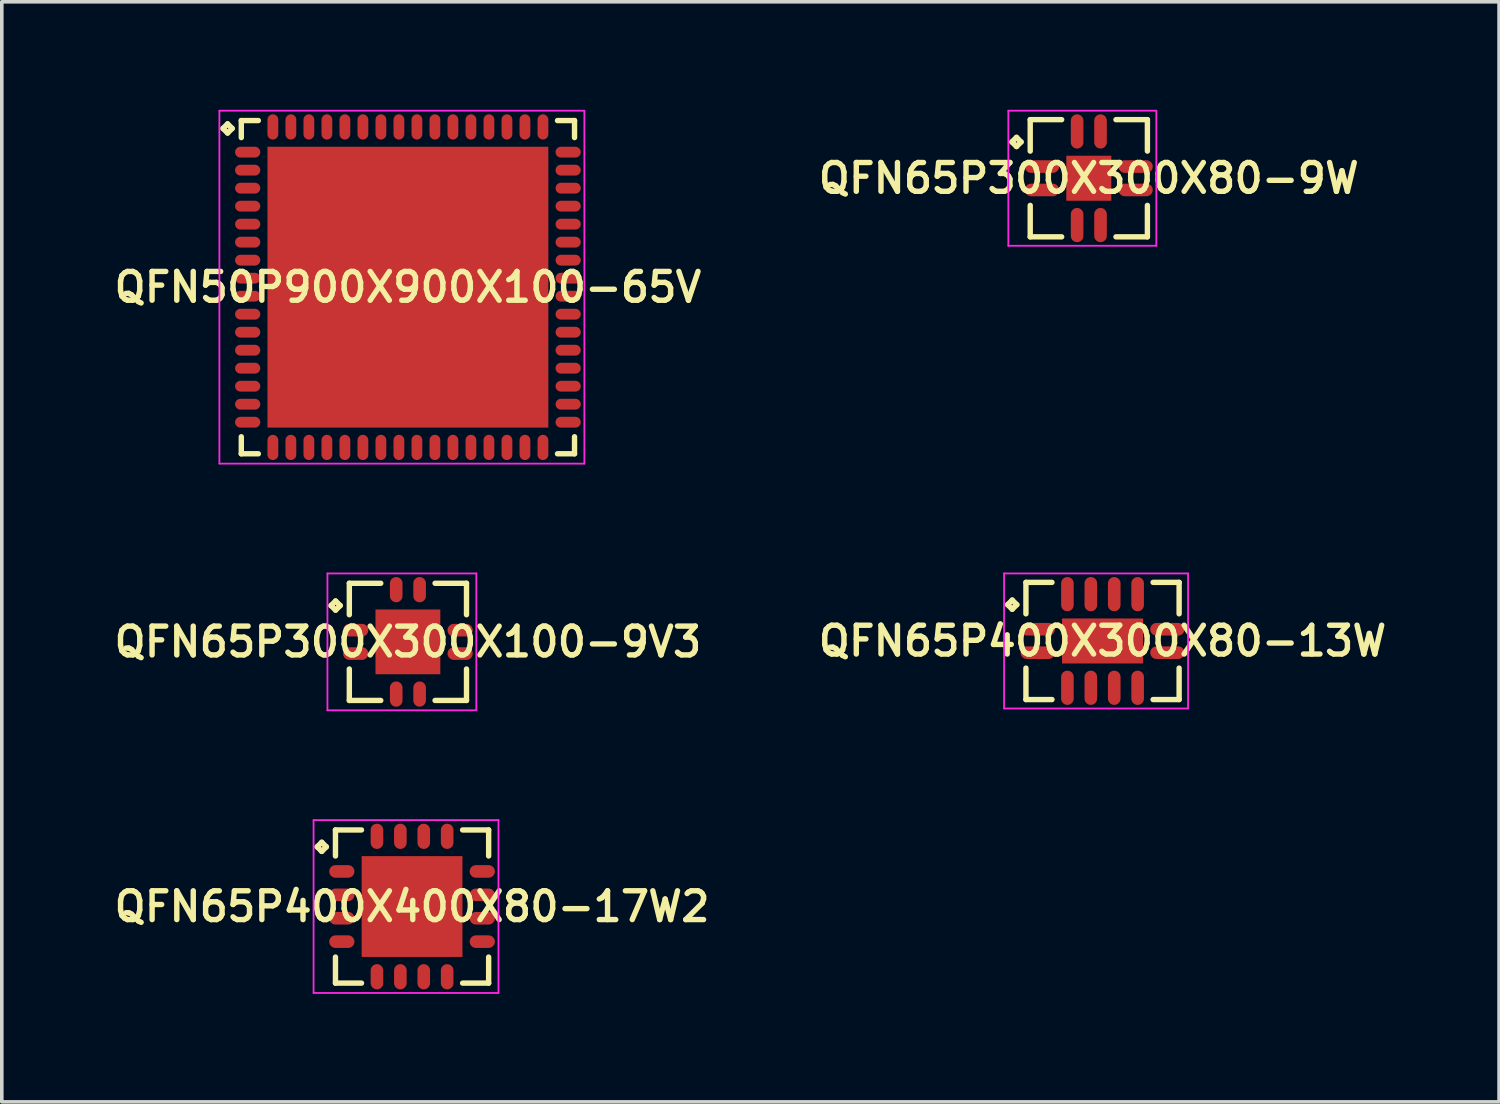
<source format=kicad_pcb>
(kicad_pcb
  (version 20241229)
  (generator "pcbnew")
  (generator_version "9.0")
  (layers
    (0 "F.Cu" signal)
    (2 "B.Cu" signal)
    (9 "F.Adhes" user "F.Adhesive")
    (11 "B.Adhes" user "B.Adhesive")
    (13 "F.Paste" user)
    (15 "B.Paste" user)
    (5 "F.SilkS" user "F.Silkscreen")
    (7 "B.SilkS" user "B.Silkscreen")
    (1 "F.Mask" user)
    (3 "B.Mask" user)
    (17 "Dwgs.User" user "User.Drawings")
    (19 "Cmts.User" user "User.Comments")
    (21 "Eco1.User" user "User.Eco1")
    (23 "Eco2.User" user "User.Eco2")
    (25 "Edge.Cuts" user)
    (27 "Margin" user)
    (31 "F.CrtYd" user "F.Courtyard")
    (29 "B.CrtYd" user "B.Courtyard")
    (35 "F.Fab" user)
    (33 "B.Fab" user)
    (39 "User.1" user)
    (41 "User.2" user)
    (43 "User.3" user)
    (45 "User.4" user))
  (footprint "QFN65P400X400X80-17W2"
    (layer "F.Cu")
    (at 8.393 22.125)
    (property "Reference" "QFN65P400X400X80-17W2" (at 0 0 0) (layer "F.SilkS") (effects (font (size 0.8 0.8) (thickness 0.15))))
    (attr smd)
    (fp_line (start -2.635 -1.658) (end -2.508 -1.785) (stroke (width 0.15) (type solid)) (layer "F.SilkS"))
    (fp_line (start -2.508 -1.785) (end -2.381 -1.658) (stroke (width 0.15) (type solid)) (layer "F.SilkS"))
    (fp_line (start -2.508 -1.531) (end -2.635 -1.658) (stroke (width 0.15) (type solid)) (layer "F.SilkS"))
    (fp_line (start -2.381 -1.658) (end -2.508 -1.531) (stroke (width 0.15) (type solid)) (layer "F.SilkS"))
    (fp_line (start -2.127 -2.127) (end -1.404 -2.127) (stroke (width 0.15) (type solid)) (layer "F.SilkS"))
    (fp_line (start -2.127 -1.404) (end -2.127 -2.127) (stroke (width 0.15) (type solid)) (layer "F.SilkS"))
    (fp_line (start -2.127 1.404) (end -2.127 2.127) (stroke (width 0.15) (type solid)) (layer "F.SilkS"))
    (fp_line (start -2.127 2.127) (end -1.404 2.127) (stroke (width 0.15) (type solid)) (layer "F.SilkS"))
    (fp_line (start 1.404 -2.127) (end 2.127 -2.127) (stroke (width 0.15) (type solid)) (layer "F.SilkS"))
    (fp_line (start 1.404 2.127) (end 2.127 2.127) (stroke (width 0.15) (type solid)) (layer "F.SilkS"))
    (fp_line (start 2.127 -2.127) (end 2.127 -1.404) (stroke (width 0.15) (type solid)) (layer "F.SilkS"))
    (fp_line (start 2.127 2.127) (end 2.127 1.404) (stroke (width 0.15) (type solid)) (layer "F.SilkS"))
    (fp_line (start -2.735 -2.4) (end 2.4 -2.4) (stroke (width 0.05) (type solid)) (layer "F.CrtYd"))
    (fp_line (start -2.735 2.4) (end -2.735 -2.4) (stroke (width 0.05) (type solid)) (layer "F.CrtYd"))
    (fp_line (start 2.4 -2.4) (end 2.4 2.4) (stroke (width 0.05) (type solid)) (layer "F.CrtYd"))
    (fp_line (start 2.4 2.4) (end -2.735 2.4) (stroke (width 0.05) (type solid)) (layer "F.CrtYd"))
    (pad "1" smd oval (at -1.95 -0.975) (size 0.7 0.35) (layers "F.Cu" "F.Mask" "F.Paste"))
    (pad "2" smd oval (at -1.95 -0.325) (size 0.7 0.35) (layers "F.Cu" "F.Mask" "F.Paste"))
    (pad "3" smd oval (at -1.95 0.325) (size 0.7 0.35) (layers "F.Cu" "F.Mask" "F.Paste"))
    (pad "4" smd oval (at -1.95 0.975) (size 0.7 0.35) (layers "F.Cu" "F.Mask" "F.Paste"))
    (pad "5" smd oval (at -0.975 1.95) (size 0.35 0.7) (layers "F.Cu" "F.Mask" "F.Paste"))
    (pad "6" smd oval (at -0.325 1.95) (size 0.35 0.7) (layers "F.Cu" "F.Mask" "F.Paste"))
    (pad "7" smd oval (at 0.325 1.95) (size 0.35 0.7) (layers "F.Cu" "F.Mask" "F.Paste"))
    (pad "8" smd oval (at 0.975 1.95) (size 0.35 0.7) (layers "F.Cu" "F.Mask" "F.Paste"))
    (pad "9" smd oval (at 1.95 0.975) (size 0.7 0.35) (layers "F.Cu" "F.Mask" "F.Paste"))
    (pad "10" smd oval (at 1.95 0.325) (size 0.7 0.35) (layers "F.Cu" "F.Mask" "F.Paste"))
    (pad "11" smd oval (at 1.95 -0.325) (size 0.7 0.35) (layers "F.Cu" "F.Mask" "F.Paste"))
    (pad "12" smd oval (at 1.95 -0.975) (size 0.7 0.35) (layers "F.Cu" "F.Mask" "F.Paste"))
    (pad "13" smd oval (at 0.975 -1.95) (size 0.35 0.7) (layers "F.Cu" "F.Mask" "F.Paste"))
    (pad "14" smd oval (at 0.325 -1.95) (size 0.35 0.7) (layers "F.Cu" "F.Mask" "F.Paste"))
    (pad "15" smd oval (at -0.325 -1.95) (size 0.35 0.7) (layers "F.Cu" "F.Mask" "F.Paste"))
    (pad "16" smd oval (at -0.975 -1.95) (size 0.35 0.7) (layers "F.Cu" "F.Mask" "F.Paste"))
    (pad "17" smd rect (at 0 0) (size 2.8 2.8) (layers "F.Cu" "F.Mask" "F.Paste")))
  (footprint "QFN65P300X300X100-9V3"
    (layer "F.Cu")
    (at 8.278 14.775)
    (property "Reference" "QFN65P300X300X100-9V3" (at 0 0 0) (layer "F.SilkS") (effects (font (size 0.8 0.8) (thickness 0.15))))
    (attr smd)
    (fp_line (start -2.135 -1.008) (end -2.008 -1.135) (stroke (width 0.15) (type solid)) (layer "F.SilkS"))
    (fp_line (start -2.008 -1.135) (end -1.881 -1.008) (stroke (width 0.15) (type solid)) (layer "F.SilkS"))
    (fp_line (start -2.008 -0.881) (end -2.135 -1.008) (stroke (width 0.15) (type solid)) (layer "F.SilkS"))
    (fp_line (start -1.881 -1.008) (end -2.008 -0.881) (stroke (width 0.15) (type solid)) (layer "F.SilkS"))
    (fp_line (start -1.627 -1.627) (end -0.754 -1.627) (stroke (width 0.15) (type solid)) (layer "F.SilkS"))
    (fp_line (start -1.627 -0.754) (end -1.627 -1.627) (stroke (width 0.15) (type solid)) (layer "F.SilkS"))
    (fp_line (start -1.627 0.754) (end -1.627 1.627) (stroke (width 0.15) (type solid)) (layer "F.SilkS"))
    (fp_line (start -1.627 1.627) (end -0.754 1.627) (stroke (width 0.15) (type solid)) (layer "F.SilkS"))
    (fp_line (start 0.754 -1.627) (end 1.627 -1.627) (stroke (width 0.15) (type solid)) (layer "F.SilkS"))
    (fp_line (start 0.754 1.627) (end 1.627 1.627) (stroke (width 0.15) (type solid)) (layer "F.SilkS"))
    (fp_line (start 1.627 -1.627) (end 1.627 -0.754) (stroke (width 0.15) (type solid)) (layer "F.SilkS"))
    (fp_line (start 1.627 1.627) (end 1.627 0.754) (stroke (width 0.15) (type solid)) (layer "F.SilkS"))
    (fp_line (start -2.235 -1.9) (end 1.9 -1.9) (stroke (width 0.05) (type solid)) (layer "F.CrtYd"))
    (fp_line (start -2.235 1.9) (end -2.235 -1.9) (stroke (width 0.05) (type solid)) (layer "F.CrtYd"))
    (fp_line (start 1.9 -1.9) (end 1.9 1.9) (stroke (width 0.05) (type solid)) (layer "F.CrtYd"))
    (fp_line (start 1.9 1.9) (end -2.235 1.9) (stroke (width 0.05) (type solid)) (layer "F.CrtYd"))
    (pad "1" smd oval (at -1.45 -0.325) (size 0.7 0.35) (layers "F.Cu" "F.Mask" "F.Paste"))
    (pad "2" smd oval (at -1.45 0.325) (size 0.7 0.35) (layers "F.Cu" "F.Mask" "F.Paste"))
    (pad "3" smd oval (at -0.325 1.45) (size 0.35 0.7) (layers "F.Cu" "F.Mask" "F.Paste"))
    (pad "4" smd oval (at 0.325 1.45) (size 0.35 0.7) (layers "F.Cu" "F.Mask" "F.Paste"))
    (pad "5" smd oval (at 1.45 0.325) (size 0.7 0.35) (layers "F.Cu" "F.Mask" "F.Paste"))
    (pad "6" smd oval (at 1.45 -0.325) (size 0.7 0.35) (layers "F.Cu" "F.Mask" "F.Paste"))
    (pad "7" smd oval (at 0.325 -1.45) (size 0.35 0.7) (layers "F.Cu" "F.Mask" "F.Paste"))
    (pad "8" smd oval (at -0.325 -1.45) (size 0.35 0.7) (layers "F.Cu" "F.Mask" "F.Paste"))
    (pad "9" smd rect (at 0 0) (size 1.8 1.8) (layers "F.Cu" "F.Mask" "F.Paste")))
  (footprint "QFN65P400X300X80-13W"
    (layer "F.Cu")
    (at 27.568 14.75)
    (property "Reference" "QFN65P400X300X80-13W" (at 0 0 0) (layer "F.SilkS") (effects (font (size 0.8 0.8) (thickness 0.15))))
    (attr smd)
    (fp_line (start -2.635 -1.008) (end -2.508 -1.135) (stroke (width 0.15) (type solid)) (layer "F.SilkS"))
    (fp_line (start -2.508 -1.135) (end -2.381 -1.008) (stroke (width 0.15) (type solid)) (layer "F.SilkS"))
    (fp_line (start -2.508 -0.881) (end -2.635 -1.008) (stroke (width 0.15) (type solid)) (layer "F.SilkS"))
    (fp_line (start -2.381 -1.008) (end -2.508 -0.881) (stroke (width 0.15) (type solid)) (layer "F.SilkS"))
    (fp_line (start -2.127 -1.627) (end -1.404 -1.627) (stroke (width 0.15) (type solid)) (layer "F.SilkS"))
    (fp_line (start -2.127 -0.754) (end -2.127 -1.627) (stroke (width 0.15) (type solid)) (layer "F.SilkS"))
    (fp_line (start -2.127 0.754) (end -2.127 1.627) (stroke (width 0.15) (type solid)) (layer "F.SilkS"))
    (fp_line (start -2.127 1.627) (end -1.404 1.627) (stroke (width 0.15) (type solid)) (layer "F.SilkS"))
    (fp_line (start 1.404 -1.627) (end 2.127 -1.627) (stroke (width 0.15) (type solid)) (layer "F.SilkS"))
    (fp_line (start 1.404 1.627) (end 2.127 1.627) (stroke (width 0.15) (type solid)) (layer "F.SilkS"))
    (fp_line (start 2.127 -1.627) (end 2.127 -0.754) (stroke (width 0.15) (type solid)) (layer "F.SilkS"))
    (fp_line (start 2.127 1.627) (end 2.127 0.754) (stroke (width 0.15) (type solid)) (layer "F.SilkS"))
    (fp_line (start -2.735 -1.875) (end 2.375 -1.875) (stroke (width 0.05) (type solid)) (layer "F.CrtYd"))
    (fp_line (start -2.735 1.875) (end -2.735 -1.875) (stroke (width 0.05) (type solid)) (layer "F.CrtYd"))
    (fp_line (start 2.375 -1.875) (end 2.375 1.875) (stroke (width 0.05) (type solid)) (layer "F.CrtYd"))
    (fp_line (start 2.375 1.875) (end -2.735 1.875) (stroke (width 0.05) (type solid)) (layer "F.CrtYd"))
    (pad "1" smd oval (at -1.8 -0.325) (size 0.95 0.35) (layers "F.Cu" "F.Mask" "F.Paste"))
    (pad "2" smd oval (at -1.8 0.325) (size 0.95 0.35) (layers "F.Cu" "F.Mask" "F.Paste"))
    (pad "3" smd oval (at -0.975 1.3) (size 0.35 0.95) (layers "F.Cu" "F.Mask" "F.Paste"))
    (pad "4" smd oval (at -0.325 1.3) (size 0.35 0.95) (layers "F.Cu" "F.Mask" "F.Paste"))
    (pad "5" smd oval (at 0.325 1.3) (size 0.35 0.95) (layers "F.Cu" "F.Mask" "F.Paste"))
    (pad "6" smd oval (at 0.975 1.3) (size 0.35 0.95) (layers "F.Cu" "F.Mask" "F.Paste"))
    (pad "7" smd oval (at 1.8 0.325) (size 0.95 0.35) (layers "F.Cu" "F.Mask" "F.Paste"))
    (pad "8" smd oval (at 1.8 -0.325) (size 0.95 0.35) (layers "F.Cu" "F.Mask" "F.Paste"))
    (pad "9" smd oval (at 0.975 -1.3) (size 0.35 0.95) (layers "F.Cu" "F.Mask" "F.Paste"))
    (pad "10" smd oval (at 0.325 -1.3) (size 0.35 0.95) (layers "F.Cu" "F.Mask" "F.Paste"))
    (pad "11" smd oval (at -0.325 -1.3) (size 0.35 0.95) (layers "F.Cu" "F.Mask" "F.Paste"))
    (pad "12" smd oval (at -0.975 -1.3) (size 0.35 0.95) (layers "F.Cu" "F.Mask" "F.Paste"))
    (pad "13" smd rect (at 0 0) (size 2.25 1.25) (layers "F.Cu" "F.Mask" "F.Paste")))
  (footprint "QFN65P300X300X80-9W"
    (layer "F.Cu")
    (at 27.187 1.9)
    (property "Reference" "QFN65P300X300X80-9W" (at 0 0 0) (layer "F.SilkS") (effects (font (size 0.8 0.8) (thickness 0.15))))
    (attr smd)
    (fp_line (start -2.135 -1.008) (end -2.008 -1.135) (stroke (width 0.15) (type solid)) (layer "F.SilkS"))
    (fp_line (start -2.008 -1.135) (end -1.881 -1.008) (stroke (width 0.15) (type solid)) (layer "F.SilkS"))
    (fp_line (start -2.008 -0.881) (end -2.135 -1.008) (stroke (width 0.15) (type solid)) (layer "F.SilkS"))
    (fp_line (start -1.881 -1.008) (end -2.008 -0.881) (stroke (width 0.15) (type solid)) (layer "F.SilkS"))
    (fp_line (start -1.627 -1.627) (end -0.754 -1.627) (stroke (width 0.15) (type solid)) (layer "F.SilkS"))
    (fp_line (start -1.627 -0.754) (end -1.627 -1.627) (stroke (width 0.15) (type solid)) (layer "F.SilkS"))
    (fp_line (start -1.627 0.754) (end -1.627 1.627) (stroke (width 0.15) (type solid)) (layer "F.SilkS"))
    (fp_line (start -1.627 1.627) (end -0.754 1.627) (stroke (width 0.15) (type solid)) (layer "F.SilkS"))
    (fp_line (start 0.754 -1.627) (end 1.627 -1.627) (stroke (width 0.15) (type solid)) (layer "F.SilkS"))
    (fp_line (start 0.754 1.627) (end 1.627 1.627) (stroke (width 0.15) (type solid)) (layer "F.SilkS"))
    (fp_line (start 1.627 -1.627) (end 1.627 -0.754) (stroke (width 0.15) (type solid)) (layer "F.SilkS"))
    (fp_line (start 1.627 1.627) (end 1.627 0.754) (stroke (width 0.15) (type solid)) (layer "F.SilkS"))
    (fp_line (start -2.235 -1.875) (end 1.875 -1.875) (stroke (width 0.05) (type solid)) (layer "F.CrtYd"))
    (fp_line (start -2.235 1.875) (end -2.235 -1.875) (stroke (width 0.05) (type solid)) (layer "F.CrtYd"))
    (fp_line (start 1.875 -1.875) (end 1.875 1.875) (stroke (width 0.05) (type solid)) (layer "F.CrtYd"))
    (fp_line (start 1.875 1.875) (end -2.235 1.875) (stroke (width 0.05) (type solid)) (layer "F.CrtYd"))
    (pad "1" smd oval (at -1.3 -0.325) (size 0.95 0.35) (layers "F.Cu" "F.Mask" "F.Paste"))
    (pad "2" smd oval (at -1.3 0.325) (size 0.95 0.35) (layers "F.Cu" "F.Mask" "F.Paste"))
    (pad "3" smd oval (at -0.325 1.3) (size 0.35 0.95) (layers "F.Cu" "F.Mask" "F.Paste"))
    (pad "4" smd oval (at 0.325 1.3) (size 0.35 0.95) (layers "F.Cu" "F.Mask" "F.Paste"))
    (pad "5" smd oval (at 1.3 0.325) (size 0.95 0.35) (layers "F.Cu" "F.Mask" "F.Paste"))
    (pad "6" smd oval (at 1.3 -0.325) (size 0.95 0.35) (layers "F.Cu" "F.Mask" "F.Paste"))
    (pad "7" smd oval (at 0.325 -1.3) (size 0.35 0.95) (layers "F.Cu" "F.Mask" "F.Paste"))
    (pad "8" smd oval (at -0.325 -1.3) (size 0.35 0.95) (layers "F.Cu" "F.Mask" "F.Paste"))
    (pad "9" smd rect (at 0 0) (size 1.25 1.25) (layers "F.Cu" "F.Mask" "F.Paste")))
  (footprint "QFN50P900X900X100-65V"
    (layer "F.Cu")
    (at 8.278 4.925)
    (property "Reference" "QFN50P900X900X100-65V" (at 0 0 0) (layer "F.SilkS") (effects (font (size 0.8 0.8) (thickness 0.15))))
    (attr smd)
    (fp_line (start -5.135 -4.408) (end -5.008 -4.535) (stroke (width 0.15) (type solid)) (layer "F.SilkS"))
    (fp_line (start -5.008 -4.535) (end -4.881 -4.408) (stroke (width 0.15) (type solid)) (layer "F.SilkS"))
    (fp_line (start -5.008 -4.281) (end -5.135 -4.408) (stroke (width 0.15) (type solid)) (layer "F.SilkS"))
    (fp_line (start -4.881 -4.408) (end -5.008 -4.281) (stroke (width 0.15) (type solid)) (layer "F.SilkS"))
    (fp_line (start -4.627 -4.627) (end -4.154 -4.627) (stroke (width 0.15) (type solid)) (layer "F.SilkS"))
    (fp_line (start -4.627 -4.154) (end -4.627 -4.627) (stroke (width 0.15) (type solid)) (layer "F.SilkS"))
    (fp_line (start -4.627 4.154) (end -4.627 4.627) (stroke (width 0.15) (type solid)) (layer "F.SilkS"))
    (fp_line (start -4.627 4.627) (end -4.154 4.627) (stroke (width 0.15) (type solid)) (layer "F.SilkS"))
    (fp_line (start 4.154 -4.627) (end 4.627 -4.627) (stroke (width 0.15) (type solid)) (layer "F.SilkS"))
    (fp_line (start 4.154 4.627) (end 4.627 4.627) (stroke (width 0.15) (type solid)) (layer "F.SilkS"))
    (fp_line (start 4.627 -4.627) (end 4.627 -4.154) (stroke (width 0.15) (type solid)) (layer "F.SilkS"))
    (fp_line (start 4.627 4.627) (end 4.627 4.154) (stroke (width 0.15) (type solid)) (layer "F.SilkS"))
    (fp_line (start -5.235 -4.9) (end 4.9 -4.9) (stroke (width 0.05) (type solid)) (layer "F.CrtYd"))
    (fp_line (start -5.235 4.9) (end -5.235 -4.9) (stroke (width 0.05) (type solid)) (layer "F.CrtYd"))
    (fp_line (start 4.9 -4.9) (end 4.9 4.9) (stroke (width 0.05) (type solid)) (layer "F.CrtYd"))
    (fp_line (start 4.9 4.9) (end -5.235 4.9) (stroke (width 0.05) (type solid)) (layer "F.CrtYd"))
    (pad "1" smd oval (at -4.45 -3.75) (size 0.7 0.3) (layers "F.Cu" "F.Mask" "F.Paste"))
    (pad "2" smd oval (at -4.45 -3.25) (size 0.7 0.3) (layers "F.Cu" "F.Mask" "F.Paste"))
    (pad "3" smd oval (at -4.45 -2.75) (size 0.7 0.3) (layers "F.Cu" "F.Mask" "F.Paste"))
    (pad "4" smd oval (at -4.45 -2.25) (size 0.7 0.3) (layers "F.Cu" "F.Mask" "F.Paste"))
    (pad "5" smd oval (at -4.45 -1.75) (size 0.7 0.3) (layers "F.Cu" "F.Mask" "F.Paste"))
    (pad "6" smd oval (at -4.45 -1.25) (size 0.7 0.3) (layers "F.Cu" "F.Mask" "F.Paste"))
    (pad "7" smd oval (at -4.45 -0.75) (size 0.7 0.3) (layers "F.Cu" "F.Mask" "F.Paste"))
    (pad "8" smd oval (at -4.45 -0.25) (size 0.7 0.3) (layers "F.Cu" "F.Mask" "F.Paste"))
    (pad "9" smd oval (at -4.45 0.25) (size 0.7 0.3) (layers "F.Cu" "F.Mask" "F.Paste"))
    (pad "10" smd oval (at -4.45 0.75) (size 0.7 0.3) (layers "F.Cu" "F.Mask" "F.Paste"))
    (pad "11" smd oval (at -4.45 1.25) (size 0.7 0.3) (layers "F.Cu" "F.Mask" "F.Paste"))
    (pad "12" smd oval (at -4.45 1.75) (size 0.7 0.3) (layers "F.Cu" "F.Mask" "F.Paste"))
    (pad "13" smd oval (at -4.45 2.25) (size 0.7 0.3) (layers "F.Cu" "F.Mask" "F.Paste"))
    (pad "14" smd oval (at -4.45 2.75) (size 0.7 0.3) (layers "F.Cu" "F.Mask" "F.Paste"))
    (pad "15" smd oval (at -4.45 3.25) (size 0.7 0.3) (layers "F.Cu" "F.Mask" "F.Paste"))
    (pad "16" smd oval (at -4.45 3.75) (size 0.7 0.3) (layers "F.Cu" "F.Mask" "F.Paste"))
    (pad "17" smd oval (at -3.75 4.45) (size 0.3 0.7) (layers "F.Cu" "F.Mask" "F.Paste"))
    (pad "18" smd oval (at -3.25 4.45) (size 0.3 0.7) (layers "F.Cu" "F.Mask" "F.Paste"))
    (pad "19" smd oval (at -2.75 4.45) (size 0.3 0.7) (layers "F.Cu" "F.Mask" "F.Paste"))
    (pad "20" smd oval (at -2.25 4.45) (size 0.3 0.7) (layers "F.Cu" "F.Mask" "F.Paste"))
    (pad "21" smd oval (at -1.75 4.45) (size 0.3 0.7) (layers "F.Cu" "F.Mask" "F.Paste"))
    (pad "22" smd oval (at -1.25 4.45) (size 0.3 0.7) (layers "F.Cu" "F.Mask" "F.Paste"))
    (pad "23" smd oval (at -0.75 4.45) (size 0.3 0.7) (layers "F.Cu" "F.Mask" "F.Paste"))
    (pad "24" smd oval (at -0.25 4.45) (size 0.3 0.7) (layers "F.Cu" "F.Mask" "F.Paste"))
    (pad "25" smd oval (at 0.25 4.45) (size 0.3 0.7) (layers "F.Cu" "F.Mask" "F.Paste"))
    (pad "26" smd oval (at 0.75 4.45) (size 0.3 0.7) (layers "F.Cu" "F.Mask" "F.Paste"))
    (pad "27" smd oval (at 1.25 4.45) (size 0.3 0.7) (layers "F.Cu" "F.Mask" "F.Paste"))
    (pad "28" smd oval (at 1.75 4.45) (size 0.3 0.7) (layers "F.Cu" "F.Mask" "F.Paste"))
    (pad "29" smd oval (at 2.25 4.45) (size 0.3 0.7) (layers "F.Cu" "F.Mask" "F.Paste"))
    (pad "30" smd oval (at 2.75 4.45) (size 0.3 0.7) (layers "F.Cu" "F.Mask" "F.Paste"))
    (pad "31" smd oval (at 3.25 4.45) (size 0.3 0.7) (layers "F.Cu" "F.Mask" "F.Paste"))
    (pad "32" smd oval (at 3.75 4.45) (size 0.3 0.7) (layers "F.Cu" "F.Mask" "F.Paste"))
    (pad "33" smd oval (at 4.45 3.75) (size 0.7 0.3) (layers "F.Cu" "F.Mask" "F.Paste"))
    (pad "34" smd oval (at 4.45 3.25) (size 0.7 0.3) (layers "F.Cu" "F.Mask" "F.Paste"))
    (pad "35" smd oval (at 4.45 2.75) (size 0.7 0.3) (layers "F.Cu" "F.Mask" "F.Paste"))
    (pad "36" smd oval (at 4.45 2.25) (size 0.7 0.3) (layers "F.Cu" "F.Mask" "F.Paste"))
    (pad "37" smd oval (at 4.45 1.75) (size 0.7 0.3) (layers "F.Cu" "F.Mask" "F.Paste"))
    (pad "38" smd oval (at 4.45 1.25) (size 0.7 0.3) (layers "F.Cu" "F.Mask" "F.Paste"))
    (pad "39" smd oval (at 4.45 0.75) (size 0.7 0.3) (layers "F.Cu" "F.Mask" "F.Paste"))
    (pad "40" smd oval (at 4.45 0.25) (size 0.7 0.3) (layers "F.Cu" "F.Mask" "F.Paste"))
    (pad "41" smd oval (at 4.45 -0.25) (size 0.7 0.3) (layers "F.Cu" "F.Mask" "F.Paste"))
    (pad "42" smd oval (at 4.45 -0.75) (size 0.7 0.3) (layers "F.Cu" "F.Mask" "F.Paste"))
    (pad "43" smd oval (at 4.45 -1.25) (size 0.7 0.3) (layers "F.Cu" "F.Mask" "F.Paste"))
    (pad "44" smd oval (at 4.45 -1.75) (size 0.7 0.3) (layers "F.Cu" "F.Mask" "F.Paste"))
    (pad "45" smd oval (at 4.45 -2.25) (size 0.7 0.3) (layers "F.Cu" "F.Mask" "F.Paste"))
    (pad "46" smd oval (at 4.45 -2.75) (size 0.7 0.3) (layers "F.Cu" "F.Mask" "F.Paste"))
    (pad "47" smd oval (at 4.45 -3.25) (size 0.7 0.3) (layers "F.Cu" "F.Mask" "F.Paste"))
    (pad "48" smd oval (at 4.45 -3.75) (size 0.7 0.3) (layers "F.Cu" "F.Mask" "F.Paste"))
    (pad "49" smd oval (at 3.75 -4.45) (size 0.3 0.7) (layers "F.Cu" "F.Mask" "F.Paste"))
    (pad "50" smd oval (at 3.25 -4.45) (size 0.3 0.7) (layers "F.Cu" "F.Mask" "F.Paste"))
    (pad "51" smd oval (at 2.75 -4.45) (size 0.3 0.7) (layers "F.Cu" "F.Mask" "F.Paste"))
    (pad "52" smd oval (at 2.25 -4.45) (size 0.3 0.7) (layers "F.Cu" "F.Mask" "F.Paste"))
    (pad "53" smd oval (at 1.75 -4.45) (size 0.3 0.7) (layers "F.Cu" "F.Mask" "F.Paste"))
    (pad "54" smd oval (at 1.25 -4.45) (size 0.3 0.7) (layers "F.Cu" "F.Mask" "F.Paste"))
    (pad "55" smd oval (at 0.75 -4.45) (size 0.3 0.7) (layers "F.Cu" "F.Mask" "F.Paste"))
    (pad "56" smd oval (at 0.25 -4.45) (size 0.3 0.7) (layers "F.Cu" "F.Mask" "F.Paste"))
    (pad "57" smd oval (at -0.25 -4.45) (size 0.3 0.7) (layers "F.Cu" "F.Mask" "F.Paste"))
    (pad "58" smd oval (at -0.75 -4.45) (size 0.3 0.7) (layers "F.Cu" "F.Mask" "F.Paste"))
    (pad "59" smd oval (at -1.25 -4.45) (size 0.3 0.7) (layers "F.Cu" "F.Mask" "F.Paste"))
    (pad "60" smd oval (at -1.75 -4.45) (size 0.3 0.7) (layers "F.Cu" "F.Mask" "F.Paste"))
    (pad "61" smd oval (at -2.25 -4.45) (size 0.3 0.7) (layers "F.Cu" "F.Mask" "F.Paste"))
    (pad "62" smd oval (at -2.75 -4.45) (size 0.3 0.7) (layers "F.Cu" "F.Mask" "F.Paste"))
    (pad "63" smd oval (at -3.25 -4.45) (size 0.3 0.7) (layers "F.Cu" "F.Mask" "F.Paste"))
    (pad "64" smd oval (at -3.75 -4.45) (size 0.3 0.7) (layers "F.Cu" "F.Mask" "F.Paste"))
    (pad "65" smd rect (at 0 0) (size 7.8 7.8) (layers "F.Cu" "F.Mask" "F.Paste")))
  (gr_rect
    (start -3 -3)
    (end 38.58 27.55)
    (stroke (width 0.1) (type default))
    (fill no)
    (layer "Edge.Cuts")))
</source>
